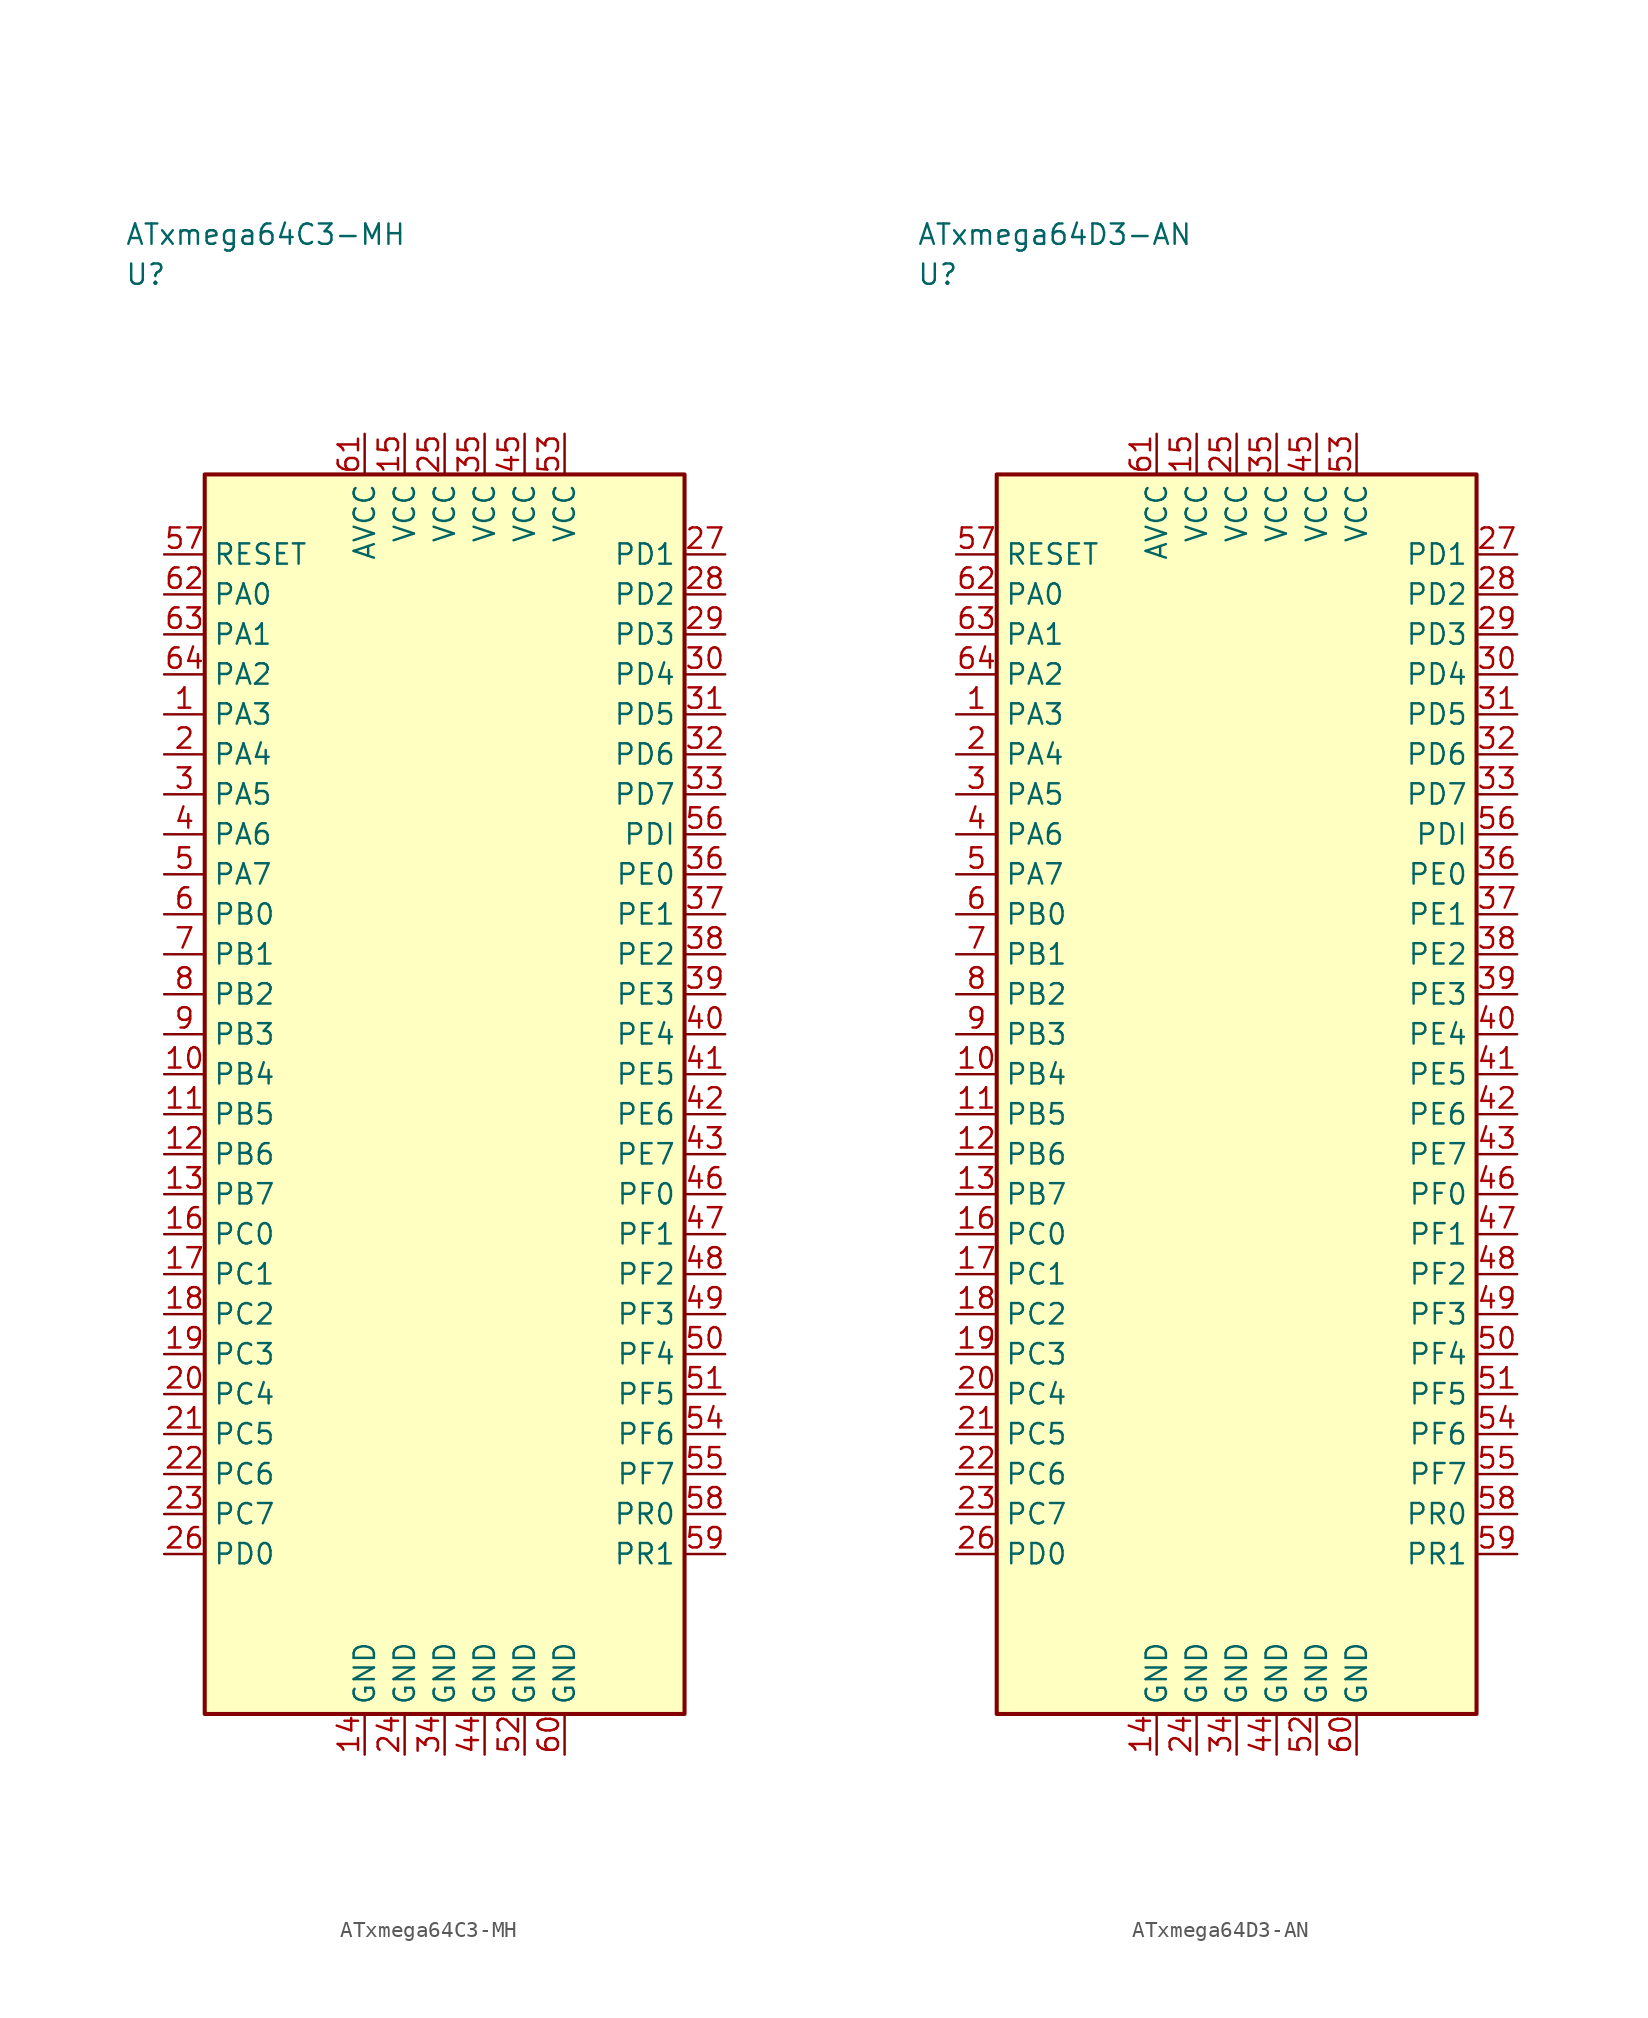
<source format=kicad_sym>
(kicad_symbol_lib
  (version 20241025)
  (generator "kicad_symbol_editor")
  (generator_version "8.0")
  (symbol "ATxmega64C3-MH"
    (property "Reference" "U"
      (at -20.0 51.25 0)
      (effects (font (size 1.27 1.27)) (justify left)))
    (property "Value" "ATxmega64C3-MH"
      (at -20.0 53.75 0)
      (effects (font (size 1.27 1.27)) (justify left)))
    (symbol "ATxmega64C3-MH_0_1"
      (rectangle (start -15.0 38.75) (end 15.0 -38.75) (stroke (width 0.254) (type default)) (fill (type background))))
    (symbol "ATxmega64C3-MH_1_1"
      (pin bidirectional line (at -17.54 23.75 0.0) (length 2.54) (name "PA3" (effects (font (size 1.27 1.27)))) (number "1" (effects (font (size 1.27 1.27)))))
      (pin bidirectional line (at -17.54 21.25 0.0) (length 2.54) (name "PA4" (effects (font (size 1.27 1.27)))) (number "2" (effects (font (size 1.27 1.27)))))
      (pin bidirectional line (at -17.54 18.75 0.0) (length 2.54) (name "PA5" (effects (font (size 1.27 1.27)))) (number "3" (effects (font (size 1.27 1.27)))))
      (pin bidirectional line (at -17.54 16.25 0.0) (length 2.54) (name "PA6" (effects (font (size 1.27 1.27)))) (number "4" (effects (font (size 1.27 1.27)))))
      (pin bidirectional line (at -17.54 13.75 0.0) (length 2.54) (name "PA7" (effects (font (size 1.27 1.27)))) (number "5" (effects (font (size 1.27 1.27)))))
      (pin bidirectional line (at -17.54 11.25 0.0) (length 2.54) (name "PB0" (effects (font (size 1.27 1.27)))) (number "6" (effects (font (size 1.27 1.27)))))
      (pin bidirectional line (at -17.54 8.75 0.0) (length 2.54) (name "PB1" (effects (font (size 1.27 1.27)))) (number "7" (effects (font (size 1.27 1.27)))))
      (pin bidirectional line (at -17.54 6.25 0.0) (length 2.54) (name "PB2" (effects (font (size 1.27 1.27)))) (number "8" (effects (font (size 1.27 1.27)))))
      (pin bidirectional line (at -17.54 3.75 0.0) (length 2.54) (name "PB3" (effects (font (size 1.27 1.27)))) (number "9" (effects (font (size 1.27 1.27)))))
      (pin bidirectional line (at -17.54 1.25 0.0) (length 2.54) (name "PB4" (effects (font (size 1.27 1.27)))) (number "10" (effects (font (size 1.27 1.27)))))
      (pin bidirectional line (at -17.54 -1.25 0.0) (length 2.54) (name "PB5" (effects (font (size 1.27 1.27)))) (number "11" (effects (font (size 1.27 1.27)))))
      (pin bidirectional line (at -17.54 -3.75 0.0) (length 2.54) (name "PB6" (effects (font (size 1.27 1.27)))) (number "12" (effects (font (size 1.27 1.27)))))
      (pin bidirectional line (at -17.54 -6.25 0.0) (length 2.54) (name "PB7" (effects (font (size 1.27 1.27)))) (number "13" (effects (font (size 1.27 1.27)))))
      (pin passive line (at -5.0 -41.29 90.0) (length 2.54) (name "GND" (effects (font (size 1.27 1.27)))) (number "14" (effects (font (size 1.27 1.27)))))
      (pin power_in line (at -2.5 41.29 270.0) (length 2.54) (name "VCC" (effects (font (size 1.27 1.27)))) (number "15" (effects (font (size 1.27 1.27)))))
      (pin bidirectional line (at -17.54 -8.75 0.0) (length 2.54) (name "PC0" (effects (font (size 1.27 1.27)))) (number "16" (effects (font (size 1.27 1.27)))))
      (pin bidirectional line (at -17.54 -11.25 0.0) (length 2.54) (name "PC1" (effects (font (size 1.27 1.27)))) (number "17" (effects (font (size 1.27 1.27)))))
      (pin bidirectional line (at -17.54 -13.75 0.0) (length 2.54) (name "PC2" (effects (font (size 1.27 1.27)))) (number "18" (effects (font (size 1.27 1.27)))))
      (pin bidirectional line (at -17.54 -16.25 0.0) (length 2.54) (name "PC3" (effects (font (size 1.27 1.27)))) (number "19" (effects (font (size 1.27 1.27)))))
      (pin bidirectional line (at -17.54 -18.75 0.0) (length 2.54) (name "PC4" (effects (font (size 1.27 1.27)))) (number "20" (effects (font (size 1.27 1.27)))))
      (pin bidirectional line (at -17.54 -21.25 0.0) (length 2.54) (name "PC5" (effects (font (size 1.27 1.27)))) (number "21" (effects (font (size 1.27 1.27)))))
      (pin bidirectional line (at -17.54 -23.75 0.0) (length 2.54) (name "PC6" (effects (font (size 1.27 1.27)))) (number "22" (effects (font (size 1.27 1.27)))))
      (pin bidirectional line (at -17.54 -26.25 0.0) (length 2.54) (name "PC7" (effects (font (size 1.27 1.27)))) (number "23" (effects (font (size 1.27 1.27)))))
      (pin passive line (at -2.5 -41.29 90.0) (length 2.54) (name "GND" (effects (font (size 1.27 1.27)))) (number "24" (effects (font (size 1.27 1.27)))))
      (pin power_in line (at 0.0 41.29 270.0) (length 2.54) (name "VCC" (effects (font (size 1.27 1.27)))) (number "25" (effects (font (size 1.27 1.27)))))
      (pin bidirectional line (at -17.54 -28.75 0.0) (length 2.54) (name "PD0" (effects (font (size 1.27 1.27)))) (number "26" (effects (font (size 1.27 1.27)))))
      (pin bidirectional line (at 17.54 33.75 180.0) (length 2.54) (name "PD1" (effects (font (size 1.27 1.27)))) (number "27" (effects (font (size 1.27 1.27)))))
      (pin bidirectional line (at 17.54 31.25 180.0) (length 2.54) (name "PD2" (effects (font (size 1.27 1.27)))) (number "28" (effects (font (size 1.27 1.27)))))
      (pin bidirectional line (at 17.54 28.75 180.0) (length 2.54) (name "PD3" (effects (font (size 1.27 1.27)))) (number "29" (effects (font (size 1.27 1.27)))))
      (pin bidirectional line (at 17.54 26.25 180.0) (length 2.54) (name "PD4" (effects (font (size 1.27 1.27)))) (number "30" (effects (font (size 1.27 1.27)))))
      (pin bidirectional line (at 17.54 23.75 180.0) (length 2.54) (name "PD5" (effects (font (size 1.27 1.27)))) (number "31" (effects (font (size 1.27 1.27)))))
      (pin bidirectional line (at 17.54 21.25 180.0) (length 2.54) (name "PD6" (effects (font (size 1.27 1.27)))) (number "32" (effects (font (size 1.27 1.27)))))
      (pin bidirectional line (at 17.54 18.75 180.0) (length 2.54) (name "PD7" (effects (font (size 1.27 1.27)))) (number "33" (effects (font (size 1.27 1.27)))))
      (pin passive line (at 0.0 -41.29 90.0) (length 2.54) (name "GND" (effects (font (size 1.27 1.27)))) (number "34" (effects (font (size 1.27 1.27)))))
      (pin power_in line (at 2.5 41.29 270.0) (length 2.54) (name "VCC" (effects (font (size 1.27 1.27)))) (number "35" (effects (font (size 1.27 1.27)))))
      (pin bidirectional line (at 17.54 13.75 180.0) (length 2.54) (name "PE0" (effects (font (size 1.27 1.27)))) (number "36" (effects (font (size 1.27 1.27)))))
      (pin bidirectional line (at 17.54 11.25 180.0) (length 2.54) (name "PE1" (effects (font (size 1.27 1.27)))) (number "37" (effects (font (size 1.27 1.27)))))
      (pin bidirectional line (at 17.54 8.75 180.0) (length 2.54) (name "PE2" (effects (font (size 1.27 1.27)))) (number "38" (effects (font (size 1.27 1.27)))))
      (pin bidirectional line (at 17.54 6.25 180.0) (length 2.54) (name "PE3" (effects (font (size 1.27 1.27)))) (number "39" (effects (font (size 1.27 1.27)))))
      (pin bidirectional line (at 17.54 3.75 180.0) (length 2.54) (name "PE4" (effects (font (size 1.27 1.27)))) (number "40" (effects (font (size 1.27 1.27)))))
      (pin bidirectional line (at 17.54 1.25 180.0) (length 2.54) (name "PE5" (effects (font (size 1.27 1.27)))) (number "41" (effects (font (size 1.27 1.27)))))
      (pin bidirectional line (at 17.54 -1.25 180.0) (length 2.54) (name "PE6" (effects (font (size 1.27 1.27)))) (number "42" (effects (font (size 1.27 1.27)))))
      (pin bidirectional line (at 17.54 -3.75 180.0) (length 2.54) (name "PE7" (effects (font (size 1.27 1.27)))) (number "43" (effects (font (size 1.27 1.27)))))
      (pin passive line (at 2.5 -41.29 90.0) (length 2.54) (name "GND" (effects (font (size 1.27 1.27)))) (number "44" (effects (font (size 1.27 1.27)))))
      (pin power_in line (at 5.0 41.29 270.0) (length 2.54) (name "VCC" (effects (font (size 1.27 1.27)))) (number "45" (effects (font (size 1.27 1.27)))))
      (pin bidirectional line (at 17.54 -6.25 180.0) (length 2.54) (name "PF0" (effects (font (size 1.27 1.27)))) (number "46" (effects (font (size 1.27 1.27)))))
      (pin bidirectional line (at 17.54 -8.75 180.0) (length 2.54) (name "PF1" (effects (font (size 1.27 1.27)))) (number "47" (effects (font (size 1.27 1.27)))))
      (pin bidirectional line (at 17.54 -11.25 180.0) (length 2.54) (name "PF2" (effects (font (size 1.27 1.27)))) (number "48" (effects (font (size 1.27 1.27)))))
      (pin bidirectional line (at 17.54 -13.75 180.0) (length 2.54) (name "PF3" (effects (font (size 1.27 1.27)))) (number "49" (effects (font (size 1.27 1.27)))))
      (pin bidirectional line (at 17.54 -16.25 180.0) (length 2.54) (name "PF4" (effects (font (size 1.27 1.27)))) (number "50" (effects (font (size 1.27 1.27)))))
      (pin bidirectional line (at 17.54 -18.75 180.0) (length 2.54) (name "PF5" (effects (font (size 1.27 1.27)))) (number "51" (effects (font (size 1.27 1.27)))))
      (pin passive line (at 5.0 -41.29 90.0) (length 2.54) (name "GND" (effects (font (size 1.27 1.27)))) (number "52" (effects (font (size 1.27 1.27)))))
      (pin power_in line (at 7.5 41.29 270.0) (length 2.54) (name "VCC" (effects (font (size 1.27 1.27)))) (number "53" (effects (font (size 1.27 1.27)))))
      (pin bidirectional line (at 17.54 -21.25 180.0) (length 2.54) (name "PF6" (effects (font (size 1.27 1.27)))) (number "54" (effects (font (size 1.27 1.27)))))
      (pin bidirectional line (at 17.54 -23.75 180.0) (length 2.54) (name "PF7" (effects (font (size 1.27 1.27)))) (number "55" (effects (font (size 1.27 1.27)))))
      (pin bidirectional line (at 17.54 16.25 180.0) (length 2.54) (name "PDI" (effects (font (size 1.27 1.27)))) (number "56" (effects (font (size 1.27 1.27)))))
      (pin input line (at -17.54 33.75 0.0) (length 2.54) (name "RESET" (effects (font (size 1.27 1.27)))) (number "57" (effects (font (size 1.27 1.27)))))
      (pin bidirectional line (at 17.54 -26.25 180.0) (length 2.54) (name "PR0" (effects (font (size 1.27 1.27)))) (number "58" (effects (font (size 1.27 1.27)))))
      (pin bidirectional line (at 17.54 -28.75 180.0) (length 2.54) (name "PR1" (effects (font (size 1.27 1.27)))) (number "59" (effects (font (size 1.27 1.27)))))
      (pin passive line (at 7.5 -41.29 90.0) (length 2.54) (name "GND" (effects (font (size 1.27 1.27)))) (number "60" (effects (font (size 1.27 1.27)))))
      (pin power_in line (at -5.0 41.29 270.0) (length 2.54) (name "AVCC" (effects (font (size 1.27 1.27)))) (number "61" (effects (font (size 1.27 1.27)))))
      (pin bidirectional line (at -17.54 31.25 0.0) (length 2.54) (name "PA0" (effects (font (size 1.27 1.27)))) (number "62" (effects (font (size 1.27 1.27)))))
      (pin bidirectional line (at -17.54 28.75 0.0) (length 2.54) (name "PA1" (effects (font (size 1.27 1.27)))) (number "63" (effects (font (size 1.27 1.27)))))
      (pin bidirectional line (at -17.54 26.25 0.0) (length 2.54) (name "PA2" (effects (font (size 1.27 1.27)))) (number "64" (effects (font (size 1.27 1.27)))))))
  (symbol "ATxmega64D3-AN"
    (property "Reference" "U"
      (at -20.0 51.25 0)
      (effects (font (size 1.27 1.27)) (justify left)))
    (property "Value" "ATxmega64D3-AN"
      (at -20.0 53.75 0)
      (effects (font (size 1.27 1.27)) (justify left)))
    (symbol "ATxmega64D3-AN_0_1"
      (rectangle (start -15.0 38.75) (end 15.0 -38.75) (stroke (width 0.254) (type default)) (fill (type background))))
    (symbol "ATxmega64D3-AN_1_1"
      (pin bidirectional line (at -17.54 23.75 0.0) (length 2.54) (name "PA3" (effects (font (size 1.27 1.27)))) (number "1" (effects (font (size 1.27 1.27)))))
      (pin bidirectional line (at -17.54 21.25 0.0) (length 2.54) (name "PA4" (effects (font (size 1.27 1.27)))) (number "2" (effects (font (size 1.27 1.27)))))
      (pin bidirectional line (at -17.54 18.75 0.0) (length 2.54) (name "PA5" (effects (font (size 1.27 1.27)))) (number "3" (effects (font (size 1.27 1.27)))))
      (pin bidirectional line (at -17.54 16.25 0.0) (length 2.54) (name "PA6" (effects (font (size 1.27 1.27)))) (number "4" (effects (font (size 1.27 1.27)))))
      (pin bidirectional line (at -17.54 13.75 0.0) (length 2.54) (name "PA7" (effects (font (size 1.27 1.27)))) (number "5" (effects (font (size 1.27 1.27)))))
      (pin bidirectional line (at -17.54 11.25 0.0) (length 2.54) (name "PB0" (effects (font (size 1.27 1.27)))) (number "6" (effects (font (size 1.27 1.27)))))
      (pin bidirectional line (at -17.54 8.75 0.0) (length 2.54) (name "PB1" (effects (font (size 1.27 1.27)))) (number "7" (effects (font (size 1.27 1.27)))))
      (pin bidirectional line (at -17.54 6.25 0.0) (length 2.54) (name "PB2" (effects (font (size 1.27 1.27)))) (number "8" (effects (font (size 1.27 1.27)))))
      (pin bidirectional line (at -17.54 3.75 0.0) (length 2.54) (name "PB3" (effects (font (size 1.27 1.27)))) (number "9" (effects (font (size 1.27 1.27)))))
      (pin bidirectional line (at -17.54 1.25 0.0) (length 2.54) (name "PB4" (effects (font (size 1.27 1.27)))) (number "10" (effects (font (size 1.27 1.27)))))
      (pin bidirectional line (at -17.54 -1.25 0.0) (length 2.54) (name "PB5" (effects (font (size 1.27 1.27)))) (number "11" (effects (font (size 1.27 1.27)))))
      (pin bidirectional line (at -17.54 -3.75 0.0) (length 2.54) (name "PB6" (effects (font (size 1.27 1.27)))) (number "12" (effects (font (size 1.27 1.27)))))
      (pin bidirectional line (at -17.54 -6.25 0.0) (length 2.54) (name "PB7" (effects (font (size 1.27 1.27)))) (number "13" (effects (font (size 1.27 1.27)))))
      (pin passive line (at -5.0 -41.29 90.0) (length 2.54) (name "GND" (effects (font (size 1.27 1.27)))) (number "14" (effects (font (size 1.27 1.27)))))
      (pin power_in line (at -2.5 41.29 270.0) (length 2.54) (name "VCC" (effects (font (size 1.27 1.27)))) (number "15" (effects (font (size 1.27 1.27)))))
      (pin bidirectional line (at -17.54 -8.75 0.0) (length 2.54) (name "PC0" (effects (font (size 1.27 1.27)))) (number "16" (effects (font (size 1.27 1.27)))))
      (pin bidirectional line (at -17.54 -11.25 0.0) (length 2.54) (name "PC1" (effects (font (size 1.27 1.27)))) (number "17" (effects (font (size 1.27 1.27)))))
      (pin bidirectional line (at -17.54 -13.75 0.0) (length 2.54) (name "PC2" (effects (font (size 1.27 1.27)))) (number "18" (effects (font (size 1.27 1.27)))))
      (pin bidirectional line (at -17.54 -16.25 0.0) (length 2.54) (name "PC3" (effects (font (size 1.27 1.27)))) (number "19" (effects (font (size 1.27 1.27)))))
      (pin bidirectional line (at -17.54 -18.75 0.0) (length 2.54) (name "PC4" (effects (font (size 1.27 1.27)))) (number "20" (effects (font (size 1.27 1.27)))))
      (pin bidirectional line (at -17.54 -21.25 0.0) (length 2.54) (name "PC5" (effects (font (size 1.27 1.27)))) (number "21" (effects (font (size 1.27 1.27)))))
      (pin bidirectional line (at -17.54 -23.75 0.0) (length 2.54) (name "PC6" (effects (font (size 1.27 1.27)))) (number "22" (effects (font (size 1.27 1.27)))))
      (pin bidirectional line (at -17.54 -26.25 0.0) (length 2.54) (name "PC7" (effects (font (size 1.27 1.27)))) (number "23" (effects (font (size 1.27 1.27)))))
      (pin passive line (at -2.5 -41.29 90.0) (length 2.54) (name "GND" (effects (font (size 1.27 1.27)))) (number "24" (effects (font (size 1.27 1.27)))))
      (pin power_in line (at 0.0 41.29 270.0) (length 2.54) (name "VCC" (effects (font (size 1.27 1.27)))) (number "25" (effects (font (size 1.27 1.27)))))
      (pin bidirectional line (at -17.54 -28.75 0.0) (length 2.54) (name "PD0" (effects (font (size 1.27 1.27)))) (number "26" (effects (font (size 1.27 1.27)))))
      (pin bidirectional line (at 17.54 33.75 180.0) (length 2.54) (name "PD1" (effects (font (size 1.27 1.27)))) (number "27" (effects (font (size 1.27 1.27)))))
      (pin bidirectional line (at 17.54 31.25 180.0) (length 2.54) (name "PD2" (effects (font (size 1.27 1.27)))) (number "28" (effects (font (size 1.27 1.27)))))
      (pin bidirectional line (at 17.54 28.75 180.0) (length 2.54) (name "PD3" (effects (font (size 1.27 1.27)))) (number "29" (effects (font (size 1.27 1.27)))))
      (pin bidirectional line (at 17.54 26.25 180.0) (length 2.54) (name "PD4" (effects (font (size 1.27 1.27)))) (number "30" (effects (font (size 1.27 1.27)))))
      (pin bidirectional line (at 17.54 23.75 180.0) (length 2.54) (name "PD5" (effects (font (size 1.27 1.27)))) (number "31" (effects (font (size 1.27 1.27)))))
      (pin bidirectional line (at 17.54 21.25 180.0) (length 2.54) (name "PD6" (effects (font (size 1.27 1.27)))) (number "32" (effects (font (size 1.27 1.27)))))
      (pin bidirectional line (at 17.54 18.75 180.0) (length 2.54) (name "PD7" (effects (font (size 1.27 1.27)))) (number "33" (effects (font (size 1.27 1.27)))))
      (pin passive line (at 0.0 -41.29 90.0) (length 2.54) (name "GND" (effects (font (size 1.27 1.27)))) (number "34" (effects (font (size 1.27 1.27)))))
      (pin power_in line (at 2.5 41.29 270.0) (length 2.54) (name "VCC" (effects (font (size 1.27 1.27)))) (number "35" (effects (font (size 1.27 1.27)))))
      (pin bidirectional line (at 17.54 13.75 180.0) (length 2.54) (name "PE0" (effects (font (size 1.27 1.27)))) (number "36" (effects (font (size 1.27 1.27)))))
      (pin bidirectional line (at 17.54 11.25 180.0) (length 2.54) (name "PE1" (effects (font (size 1.27 1.27)))) (number "37" (effects (font (size 1.27 1.27)))))
      (pin bidirectional line (at 17.54 8.75 180.0) (length 2.54) (name "PE2" (effects (font (size 1.27 1.27)))) (number "38" (effects (font (size 1.27 1.27)))))
      (pin bidirectional line (at 17.54 6.25 180.0) (length 2.54) (name "PE3" (effects (font (size 1.27 1.27)))) (number "39" (effects (font (size 1.27 1.27)))))
      (pin bidirectional line (at 17.54 3.75 180.0) (length 2.54) (name "PE4" (effects (font (size 1.27 1.27)))) (number "40" (effects (font (size 1.27 1.27)))))
      (pin bidirectional line (at 17.54 1.25 180.0) (length 2.54) (name "PE5" (effects (font (size 1.27 1.27)))) (number "41" (effects (font (size 1.27 1.27)))))
      (pin bidirectional line (at 17.54 -1.25 180.0) (length 2.54) (name "PE6" (effects (font (size 1.27 1.27)))) (number "42" (effects (font (size 1.27 1.27)))))
      (pin bidirectional line (at 17.54 -3.75 180.0) (length 2.54) (name "PE7" (effects (font (size 1.27 1.27)))) (number "43" (effects (font (size 1.27 1.27)))))
      (pin passive line (at 2.5 -41.29 90.0) (length 2.54) (name "GND" (effects (font (size 1.27 1.27)))) (number "44" (effects (font (size 1.27 1.27)))))
      (pin power_in line (at 5.0 41.29 270.0) (length 2.54) (name "VCC" (effects (font (size 1.27 1.27)))) (number "45" (effects (font (size 1.27 1.27)))))
      (pin bidirectional line (at 17.54 -6.25 180.0) (length 2.54) (name "PF0" (effects (font (size 1.27 1.27)))) (number "46" (effects (font (size 1.27 1.27)))))
      (pin bidirectional line (at 17.54 -8.75 180.0) (length 2.54) (name "PF1" (effects (font (size 1.27 1.27)))) (number "47" (effects (font (size 1.27 1.27)))))
      (pin bidirectional line (at 17.54 -11.25 180.0) (length 2.54) (name "PF2" (effects (font (size 1.27 1.27)))) (number "48" (effects (font (size 1.27 1.27)))))
      (pin bidirectional line (at 17.54 -13.75 180.0) (length 2.54) (name "PF3" (effects (font (size 1.27 1.27)))) (number "49" (effects (font (size 1.27 1.27)))))
      (pin bidirectional line (at 17.54 -16.25 180.0) (length 2.54) (name "PF4" (effects (font (size 1.27 1.27)))) (number "50" (effects (font (size 1.27 1.27)))))
      (pin bidirectional line (at 17.54 -18.75 180.0) (length 2.54) (name "PF5" (effects (font (size 1.27 1.27)))) (number "51" (effects (font (size 1.27 1.27)))))
      (pin passive line (at 5.0 -41.29 90.0) (length 2.54) (name "GND" (effects (font (size 1.27 1.27)))) (number "52" (effects (font (size 1.27 1.27)))))
      (pin power_in line (at 7.5 41.29 270.0) (length 2.54) (name "VCC" (effects (font (size 1.27 1.27)))) (number "53" (effects (font (size 1.27 1.27)))))
      (pin bidirectional line (at 17.54 -21.25 180.0) (length 2.54) (name "PF6" (effects (font (size 1.27 1.27)))) (number "54" (effects (font (size 1.27 1.27)))))
      (pin bidirectional line (at 17.54 -23.75 180.0) (length 2.54) (name "PF7" (effects (font (size 1.27 1.27)))) (number "55" (effects (font (size 1.27 1.27)))))
      (pin bidirectional line (at 17.54 16.25 180.0) (length 2.54) (name "PDI" (effects (font (size 1.27 1.27)))) (number "56" (effects (font (size 1.27 1.27)))))
      (pin input line (at -17.54 33.75 0.0) (length 2.54) (name "RESET" (effects (font (size 1.27 1.27)))) (number "57" (effects (font (size 1.27 1.27)))))
      (pin bidirectional line (at 17.54 -26.25 180.0) (length 2.54) (name "PR0" (effects (font (size 1.27 1.27)))) (number "58" (effects (font (size 1.27 1.27)))))
      (pin bidirectional line (at 17.54 -28.75 180.0) (length 2.54) (name "PR1" (effects (font (size 1.27 1.27)))) (number "59" (effects (font (size 1.27 1.27)))))
      (pin passive line (at 7.5 -41.29 90.0) (length 2.54) (name "GND" (effects (font (size 1.27 1.27)))) (number "60" (effects (font (size 1.27 1.27)))))
      (pin power_in line (at -5.0 41.29 270.0) (length 2.54) (name "AVCC" (effects (font (size 1.27 1.27)))) (number "61" (effects (font (size 1.27 1.27)))))
      (pin bidirectional line (at -17.54 31.25 0.0) (length 2.54) (name "PA0" (effects (font (size 1.27 1.27)))) (number "62" (effects (font (size 1.27 1.27)))))
      (pin bidirectional line (at -17.54 28.75 0.0) (length 2.54) (name "PA1" (effects (font (size 1.27 1.27)))) (number "63" (effects (font (size 1.27 1.27)))))
      (pin bidirectional line (at -17.54 26.25 0.0) (length 2.54) (name "PA2" (effects (font (size 1.27 1.27)))) (number "64" (effects (font (size 1.27 1.27))))))))
</source>
